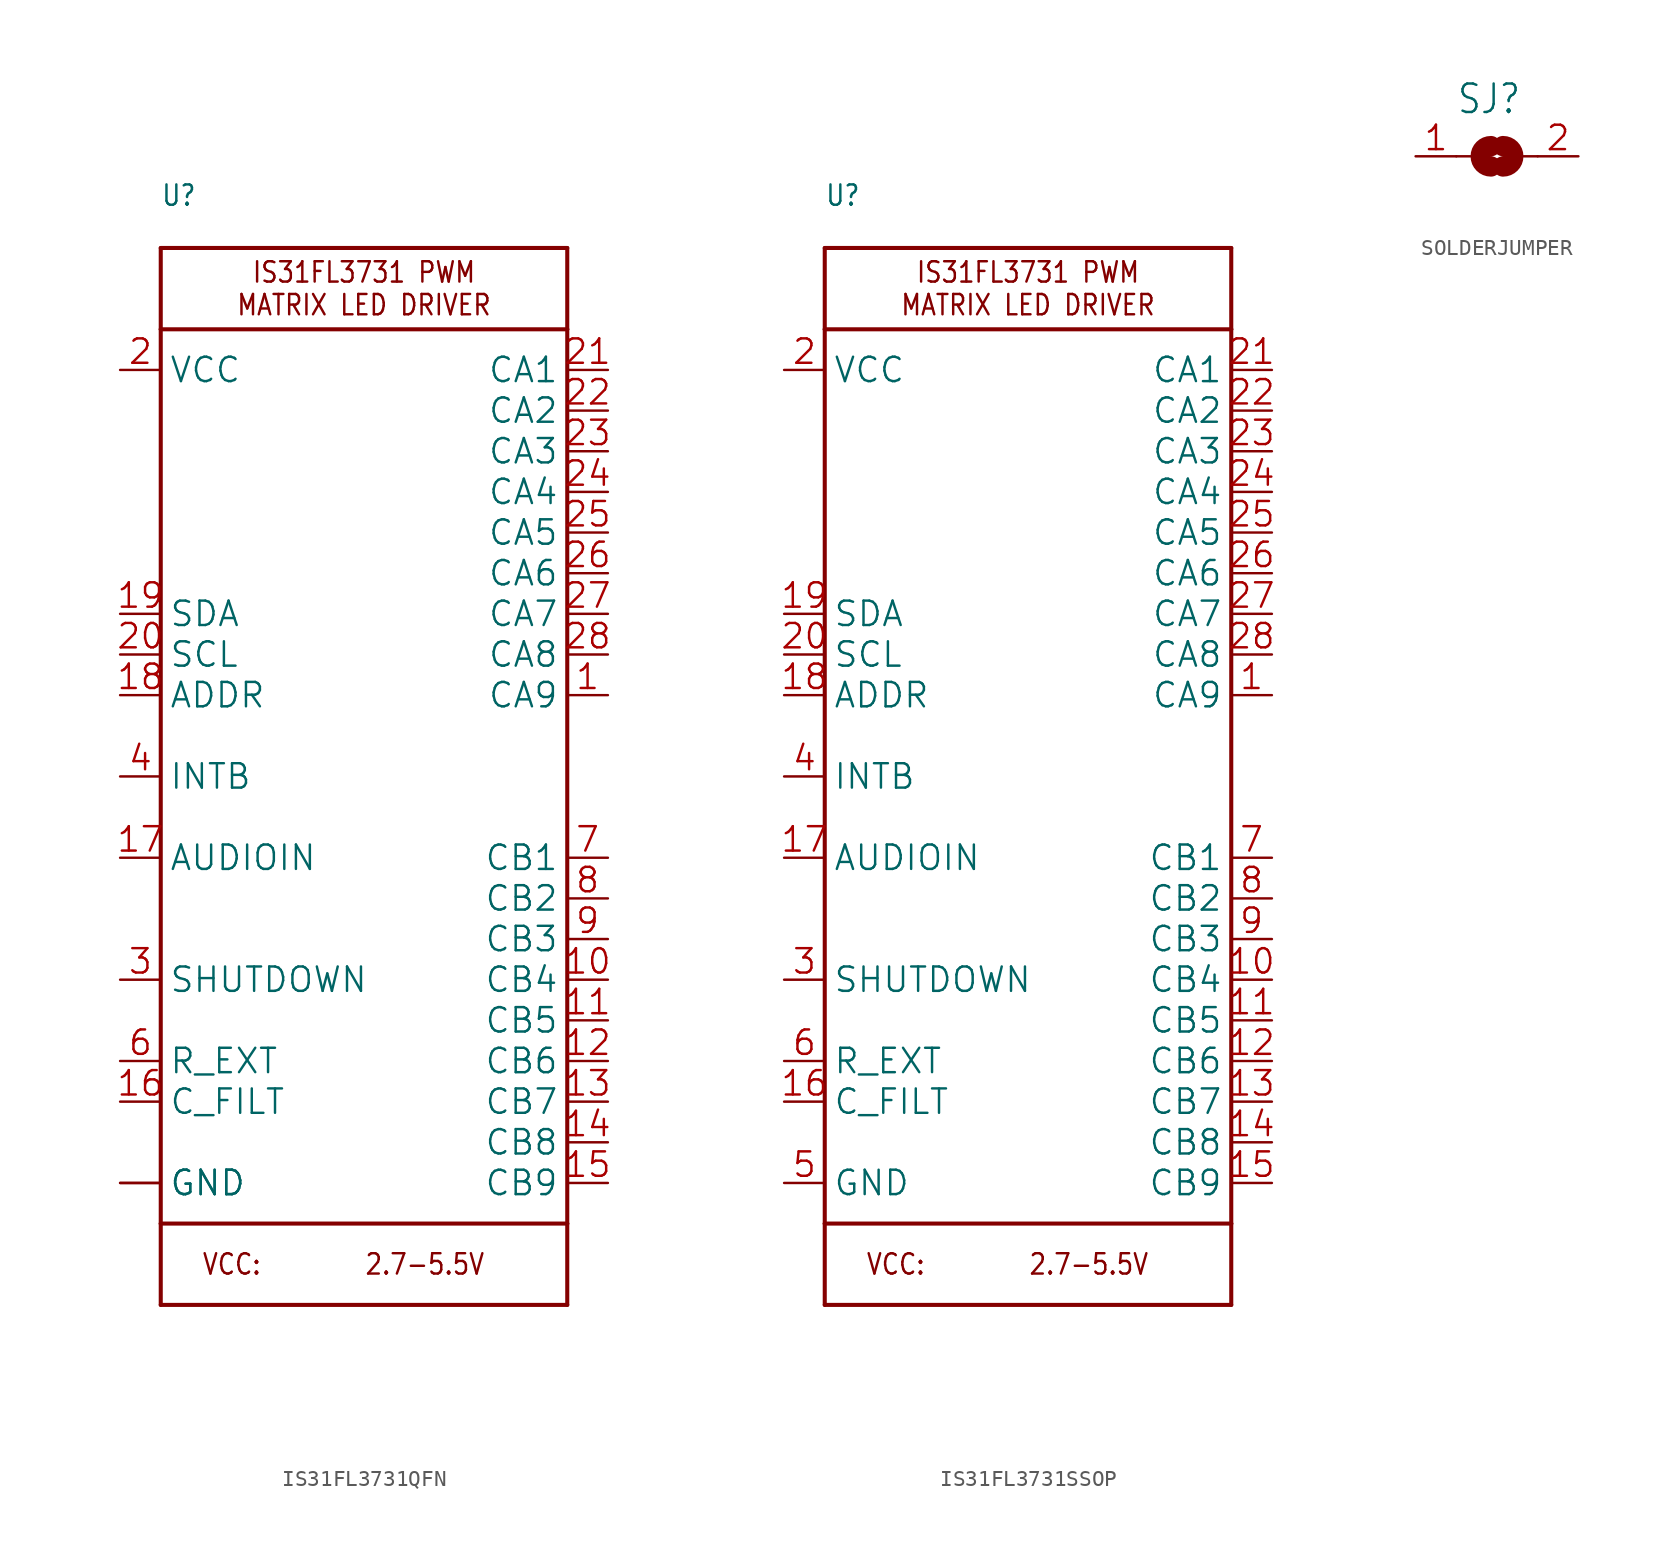
<source format=kicad_sym>
(kicad_symbol_lib
  (version 20241209)
  (generator "kicad_symbol_editor")
  (generator_version "9.0")
  (symbol "IS31FL3731QFN"
    (property "Reference" "U"
      (at -12.7 35.56 0)
      (effects (font (size 1.27 1.079)) (justify left bottom)))
    (property "Value" ""
      (at -12.7 -35.56 0)
      (effects (font (size 1.27 1.079)) (justify left bottom)))
    (property "ki_locked" ""
      (at 0 0 0)
      (effects (font (size 1.27 1.27))))
    (symbol "IS31FL3731QFN_1_0"
      (polyline (pts (xy -12.7 33.02) (xy -12.7 27.94)) (stroke (width 0.254) (type solid)) (fill (type none)))
      (polyline (pts (xy -12.7 33.02) (xy 12.7 33.02)) (stroke (width 0.254) (type solid)) (fill (type none)))
      (polyline (pts (xy -12.7 27.94) (xy 12.7 27.94)) (stroke (width 0.254) (type solid)) (fill (type none)))
      (polyline (pts (xy -12.7 -27.94) (xy -12.7 27.94)) (stroke (width 0.254) (type solid)) (fill (type none)))
      (polyline (pts (xy -12.7 -27.94) (xy -12.7 -33.02)) (stroke (width 0.254) (type solid)) (fill (type none)))
      (polyline (pts (xy 12.7 33.02) (xy 12.7 27.94)) (stroke (width 0.254) (type solid)) (fill (type none)))
      (polyline (pts (xy 12.7 27.94) (xy 12.7 -27.94)) (stroke (width 0.254) (type solid)) (fill (type none)))
      (polyline (pts (xy 12.7 -27.94) (xy -12.7 -27.94)) (stroke (width 0.254) (type solid)) (fill (type none)))
      (polyline (pts (xy 12.7 -27.94) (xy 12.7 -33.02)) (stroke (width 0.254) (type solid)) (fill (type none)))
      (polyline (pts (xy 12.7 -33.02) (xy -12.7 -33.02)) (stroke (width 0.254) (type solid)) (fill (type none)))
      (text "VCC:" (at -10.16 -30.48 0) (effects (font (size 1.27 1.079)) (justify left)))
      (text "IS31FL3731 PWM\nMATRIX LED DRIVER" (at 0 30.48 0) (effects (font (size 1.27 1.079))))
      (text "2.7-5.5V" (at 0 -30.48 0) (effects (font (size 1.27 1.079)) (justify left)))
      (pin power_in line (at -15.24 25.4 0) (length 2.54) (name "VCC" (effects (font (size 1.524 1.524)))) (number "2" (effects (font (size 1.524 1.524)))))
      (pin bidirectional line (at -15.24 10.16 0) (length 2.54) (name "SDA" (effects (font (size 1.524 1.524)))) (number "19" (effects (font (size 1.524 1.524)))))
      (pin bidirectional line (at -15.24 7.62 0) (length 2.54) (name "SCL" (effects (font (size 1.524 1.524)))) (number "20" (effects (font (size 1.524 1.524)))))
      (pin bidirectional line (at -15.24 5.08 0) (length 2.54) (name "ADDR" (effects (font (size 1.524 1.524)))) (number "18" (effects (font (size 1.524 1.524)))))
      (pin output line (at -15.24 0 0) (length 2.54) (name "INTB" (effects (font (size 1.524 1.524)))) (number "4" (effects (font (size 1.524 1.524)))))
      (pin input line (at -15.24 -5.08 0) (length 2.54) (name "AUDIOIN" (effects (font (size 1.524 1.524)))) (number "17" (effects (font (size 1.524 1.524)))))
      (pin input line (at -15.24 -12.7 0) (length 2.54) (name "SHUTDOWN" (effects (font (size 1.524 1.524)))) (number "3" (effects (font (size 1.524 1.524)))))
      (pin bidirectional line (at -15.24 -17.78 0) (length 2.54) (name "R_EXT" (effects (font (size 1.524 1.524)))) (number "6" (effects (font (size 1.524 1.524)))))
      (pin bidirectional line (at -15.24 -20.32 0) (length 2.54) (name "C_FILT" (effects (font (size 1.524 1.524)))) (number "16" (effects (font (size 1.524 1.524)))))
      (pin power_in line (at -15.24 -25.4 0) (length 2.54) (name "GND" (effects (font (size 1.524 1.524)))) (number "5" (effects (font (size 0 0)))))
      (pin power_in line (at -15.24 -25.4 0) (length 2.54) (name "GND" (effects (font (size 1.524 1.524)))) (number "THERMAL" (effects (font (size 0 0)))))
      (pin bidirectional line (at 15.24 25.4 180) (length 2.54) (name "CA1" (effects (font (size 1.524 1.524)))) (number "21" (effects (font (size 1.524 1.524)))))
      (pin bidirectional line (at 15.24 22.86 180) (length 2.54) (name "CA2" (effects (font (size 1.524 1.524)))) (number "22" (effects (font (size 1.524 1.524)))))
      (pin bidirectional line (at 15.24 20.32 180) (length 2.54) (name "CA3" (effects (font (size 1.524 1.524)))) (number "23" (effects (font (size 1.524 1.524)))))
      (pin bidirectional line (at 15.24 17.78 180) (length 2.54) (name "CA4" (effects (font (size 1.524 1.524)))) (number "24" (effects (font (size 1.524 1.524)))))
      (pin bidirectional line (at 15.24 15.24 180) (length 2.54) (name "CA5" (effects (font (size 1.524 1.524)))) (number "25" (effects (font (size 1.524 1.524)))))
      (pin bidirectional line (at 15.24 12.7 180) (length 2.54) (name "CA6" (effects (font (size 1.524 1.524)))) (number "26" (effects (font (size 1.524 1.524)))))
      (pin bidirectional line (at 15.24 10.16 180) (length 2.54) (name "CA7" (effects (font (size 1.524 1.524)))) (number "27" (effects (font (size 1.524 1.524)))))
      (pin bidirectional line (at 15.24 7.62 180) (length 2.54) (name "CA8" (effects (font (size 1.524 1.524)))) (number "28" (effects (font (size 1.524 1.524)))))
      (pin bidirectional line (at 15.24 5.08 180) (length 2.54) (name "CA9" (effects (font (size 1.524 1.524)))) (number "1" (effects (font (size 1.524 1.524)))))
      (pin bidirectional line (at 15.24 -5.08 180) (length 2.54) (name "CB1" (effects (font (size 1.524 1.524)))) (number "7" (effects (font (size 1.524 1.524)))))
      (pin bidirectional line (at 15.24 -7.62 180) (length 2.54) (name "CB2" (effects (font (size 1.524 1.524)))) (number "8" (effects (font (size 1.524 1.524)))))
      (pin bidirectional line (at 15.24 -10.16 180) (length 2.54) (name "CB3" (effects (font (size 1.524 1.524)))) (number "9" (effects (font (size 1.524 1.524)))))
      (pin bidirectional line (at 15.24 -12.7 180) (length 2.54) (name "CB4" (effects (font (size 1.524 1.524)))) (number "10" (effects (font (size 1.524 1.524)))))
      (pin bidirectional line (at 15.24 -15.24 180) (length 2.54) (name "CB5" (effects (font (size 1.524 1.524)))) (number "11" (effects (font (size 1.524 1.524)))))
      (pin bidirectional line (at 15.24 -17.78 180) (length 2.54) (name "CB6" (effects (font (size 1.524 1.524)))) (number "12" (effects (font (size 1.524 1.524)))))
      (pin bidirectional line (at 15.24 -20.32 180) (length 2.54) (name "CB7" (effects (font (size 1.524 1.524)))) (number "13" (effects (font (size 1.524 1.524)))))
      (pin bidirectional line (at 15.24 -22.86 180) (length 2.54) (name "CB8" (effects (font (size 1.524 1.524)))) (number "14" (effects (font (size 1.524 1.524)))))
      (pin bidirectional line (at 15.24 -25.4 180) (length 2.54) (name "CB9" (effects (font (size 1.524 1.524)))) (number "15" (effects (font (size 1.524 1.524)))))))
  (symbol "IS31FL3731SSOP"
    (property "Reference" "U"
      (at -12.7 35.56 0)
      (effects (font (size 1.27 1.079)) (justify left bottom)))
    (property "Value" ""
      (at -12.7 -35.56 0)
      (effects (font (size 1.27 1.079)) (justify left bottom)))
    (property "ki_locked" ""
      (at 0 0 0)
      (effects (font (size 1.27 1.27))))
    (symbol "IS31FL3731SSOP_1_0"
      (polyline (pts (xy -12.7 33.02) (xy -12.7 27.94)) (stroke (width 0.254) (type solid)) (fill (type none)))
      (polyline (pts (xy -12.7 33.02) (xy 12.7 33.02)) (stroke (width 0.254) (type solid)) (fill (type none)))
      (polyline (pts (xy -12.7 27.94) (xy 12.7 27.94)) (stroke (width 0.254) (type solid)) (fill (type none)))
      (polyline (pts (xy -12.7 -27.94) (xy -12.7 27.94)) (stroke (width 0.254) (type solid)) (fill (type none)))
      (polyline (pts (xy -12.7 -27.94) (xy -12.7 -33.02)) (stroke (width 0.254) (type solid)) (fill (type none)))
      (polyline (pts (xy 12.7 33.02) (xy 12.7 27.94)) (stroke (width 0.254) (type solid)) (fill (type none)))
      (polyline (pts (xy 12.7 27.94) (xy 12.7 -27.94)) (stroke (width 0.254) (type solid)) (fill (type none)))
      (polyline (pts (xy 12.7 -27.94) (xy -12.7 -27.94)) (stroke (width 0.254) (type solid)) (fill (type none)))
      (polyline (pts (xy 12.7 -27.94) (xy 12.7 -33.02)) (stroke (width 0.254) (type solid)) (fill (type none)))
      (polyline (pts (xy 12.7 -33.02) (xy -12.7 -33.02)) (stroke (width 0.254) (type solid)) (fill (type none)))
      (text "VCC:" (at -10.16 -30.48 0) (effects (font (size 1.27 1.079)) (justify left)))
      (text "IS31FL3731 PWM\nMATRIX LED DRIVER" (at 0 30.48 0) (effects (font (size 1.27 1.079))))
      (text "2.7-5.5V" (at 0 -30.48 0) (effects (font (size 1.27 1.079)) (justify left)))
      (pin power_in line (at -15.24 25.4 0) (length 2.54) (name "VCC" (effects (font (size 1.524 1.524)))) (number "2" (effects (font (size 1.524 1.524)))))
      (pin bidirectional line (at -15.24 10.16 0) (length 2.54) (name "SDA" (effects (font (size 1.524 1.524)))) (number "19" (effects (font (size 1.524 1.524)))))
      (pin bidirectional line (at -15.24 7.62 0) (length 2.54) (name "SCL" (effects (font (size 1.524 1.524)))) (number "20" (effects (font (size 1.524 1.524)))))
      (pin bidirectional line (at -15.24 5.08 0) (length 2.54) (name "ADDR" (effects (font (size 1.524 1.524)))) (number "18" (effects (font (size 1.524 1.524)))))
      (pin output line (at -15.24 0 0) (length 2.54) (name "INTB" (effects (font (size 1.524 1.524)))) (number "4" (effects (font (size 1.524 1.524)))))
      (pin input line (at -15.24 -5.08 0) (length 2.54) (name "AUDIOIN" (effects (font (size 1.524 1.524)))) (number "17" (effects (font (size 1.524 1.524)))))
      (pin input line (at -15.24 -12.7 0) (length 2.54) (name "SHUTDOWN" (effects (font (size 1.524 1.524)))) (number "3" (effects (font (size 1.524 1.524)))))
      (pin bidirectional line (at -15.24 -17.78 0) (length 2.54) (name "R_EXT" (effects (font (size 1.524 1.524)))) (number "6" (effects (font (size 1.524 1.524)))))
      (pin bidirectional line (at -15.24 -20.32 0) (length 2.54) (name "C_FILT" (effects (font (size 1.524 1.524)))) (number "16" (effects (font (size 1.524 1.524)))))
      (pin power_in line (at -15.24 -25.4 0) (length 2.54) (name "GND" (effects (font (size 1.524 1.524)))) (number "5" (effects (font (size 1.524 1.524)))))
      (pin bidirectional line (at 15.24 25.4 180) (length 2.54) (name "CA1" (effects (font (size 1.524 1.524)))) (number "21" (effects (font (size 1.524 1.524)))))
      (pin bidirectional line (at 15.24 22.86 180) (length 2.54) (name "CA2" (effects (font (size 1.524 1.524)))) (number "22" (effects (font (size 1.524 1.524)))))
      (pin bidirectional line (at 15.24 20.32 180) (length 2.54) (name "CA3" (effects (font (size 1.524 1.524)))) (number "23" (effects (font (size 1.524 1.524)))))
      (pin bidirectional line (at 15.24 17.78 180) (length 2.54) (name "CA4" (effects (font (size 1.524 1.524)))) (number "24" (effects (font (size 1.524 1.524)))))
      (pin bidirectional line (at 15.24 15.24 180) (length 2.54) (name "CA5" (effects (font (size 1.524 1.524)))) (number "25" (effects (font (size 1.524 1.524)))))
      (pin bidirectional line (at 15.24 12.7 180) (length 2.54) (name "CA6" (effects (font (size 1.524 1.524)))) (number "26" (effects (font (size 1.524 1.524)))))
      (pin bidirectional line (at 15.24 10.16 180) (length 2.54) (name "CA7" (effects (font (size 1.524 1.524)))) (number "27" (effects (font (size 1.524 1.524)))))
      (pin bidirectional line (at 15.24 7.62 180) (length 2.54) (name "CA8" (effects (font (size 1.524 1.524)))) (number "28" (effects (font (size 1.524 1.524)))))
      (pin bidirectional line (at 15.24 5.08 180) (length 2.54) (name "CA9" (effects (font (size 1.524 1.524)))) (number "1" (effects (font (size 1.524 1.524)))))
      (pin bidirectional line (at 15.24 -5.08 180) (length 2.54) (name "CB1" (effects (font (size 1.524 1.524)))) (number "7" (effects (font (size 1.524 1.524)))))
      (pin bidirectional line (at 15.24 -7.62 180) (length 2.54) (name "CB2" (effects (font (size 1.524 1.524)))) (number "8" (effects (font (size 1.524 1.524)))))
      (pin bidirectional line (at 15.24 -10.16 180) (length 2.54) (name "CB3" (effects (font (size 1.524 1.524)))) (number "9" (effects (font (size 1.524 1.524)))))
      (pin bidirectional line (at 15.24 -12.7 180) (length 2.54) (name "CB4" (effects (font (size 1.524 1.524)))) (number "10" (effects (font (size 1.524 1.524)))))
      (pin bidirectional line (at 15.24 -15.24 180) (length 2.54) (name "CB5" (effects (font (size 1.524 1.524)))) (number "11" (effects (font (size 1.524 1.524)))))
      (pin bidirectional line (at 15.24 -17.78 180) (length 2.54) (name "CB6" (effects (font (size 1.524 1.524)))) (number "12" (effects (font (size 1.524 1.524)))))
      (pin bidirectional line (at 15.24 -20.32 180) (length 2.54) (name "CB7" (effects (font (size 1.524 1.524)))) (number "13" (effects (font (size 1.524 1.524)))))
      (pin bidirectional line (at 15.24 -22.86 180) (length 2.54) (name "CB8" (effects (font (size 1.524 1.524)))) (number "14" (effects (font (size 1.524 1.524)))))
      (pin bidirectional line (at 15.24 -25.4 180) (length 2.54) (name "CB9" (effects (font (size 1.524 1.524)))) (number "15" (effects (font (size 1.524 1.524)))))))
  (symbol "SOLDERJUMPER"
    (property "Reference" "SJ"
      (at -2.54 2.54 0)
      (effects (font (size 1.778 1.511)) (justify left bottom)))
    (property "Value" ""
      (at -2.54 -3.81 0)
      (effects (font (size 1.778 1.511)) (justify left bottom)))
    (property "ki_locked" ""
      (at 0 0 0)
      (effects (font (size 1.27 1.27))))
    (symbol "SOLDERJUMPER_1_0"
      (polyline (pts (xy -2.54 0) (xy -1.651 0)) (stroke (width 0.152) (type solid)) (fill (type none)))
      (arc (start -0.381 -0.635) (mid -1.0159 0.0001) (end -0.3808 0.635) (stroke (width 1.27) (type solid)) (fill (type none)))
      (arc (start 0.381 0.635) (mid 1.0159 -0.0001) (end 0.3808 -0.635) (stroke (width 1.27) (type solid)) (fill (type none)))
      (polyline (pts (xy 2.54 0) (xy 1.651 0)) (stroke (width 0.152) (type solid)) (fill (type none)))
      (pin passive line (at -5.08 0 0) (length 2.54) (name "1" (effects (font (size 0 0)))) (number "1" (effects (font (size 1.524 1.524)))))
      (pin passive line (at 5.08 0 180) (length 2.54) (name "2" (effects (font (size 0 0)))) (number "2" (effects (font (size 1.524 1.524))))))))
</source>
